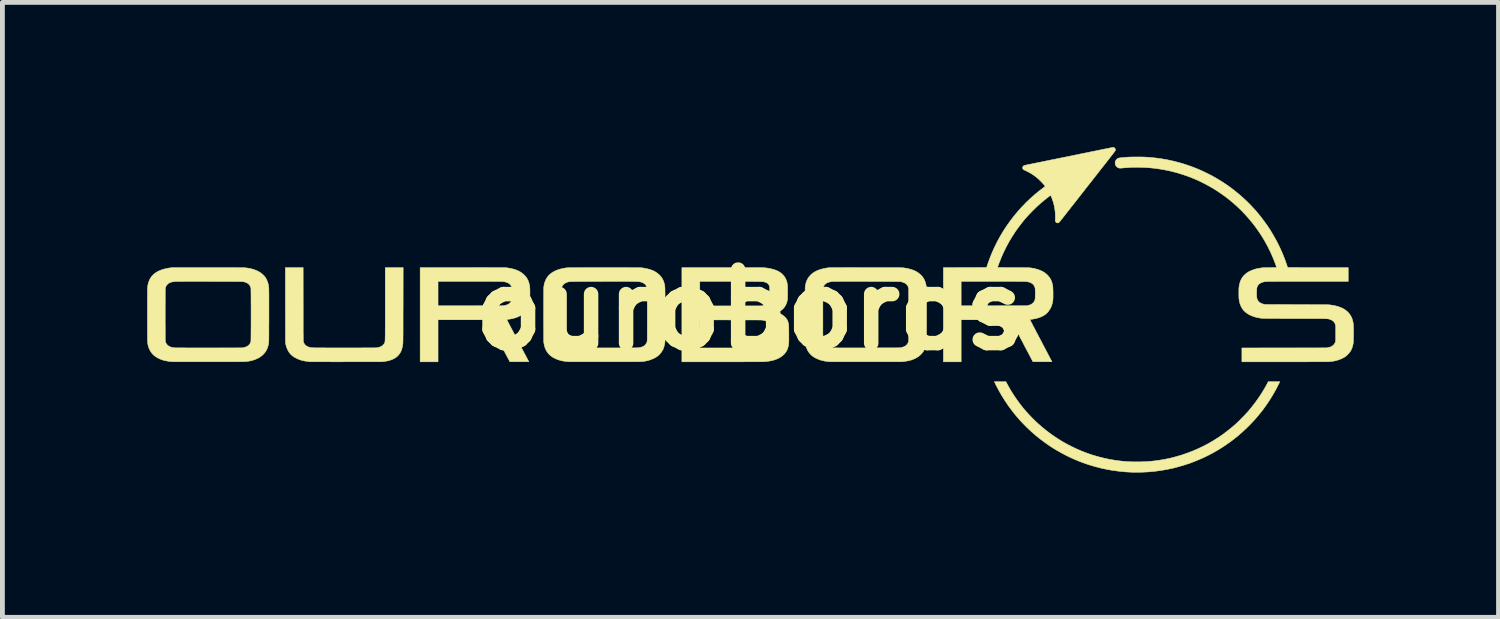
<source format=kicad_pcb>
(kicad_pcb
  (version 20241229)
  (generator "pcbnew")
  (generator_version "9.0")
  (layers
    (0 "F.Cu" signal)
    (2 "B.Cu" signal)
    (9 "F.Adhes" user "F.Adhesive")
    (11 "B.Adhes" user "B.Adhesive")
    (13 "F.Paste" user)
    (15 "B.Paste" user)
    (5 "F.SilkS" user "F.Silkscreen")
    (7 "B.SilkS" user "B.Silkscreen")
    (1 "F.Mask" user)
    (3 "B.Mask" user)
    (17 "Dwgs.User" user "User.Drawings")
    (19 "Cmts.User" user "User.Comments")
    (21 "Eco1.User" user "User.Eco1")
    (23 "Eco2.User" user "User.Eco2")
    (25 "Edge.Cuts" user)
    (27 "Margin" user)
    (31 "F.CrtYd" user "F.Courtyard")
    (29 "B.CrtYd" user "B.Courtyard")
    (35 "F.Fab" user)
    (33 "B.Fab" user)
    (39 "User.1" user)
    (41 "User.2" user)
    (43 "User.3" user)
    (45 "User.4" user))
  (footprint "ouroboros"
    (layer "F.Cu")
    (at 12.503 3.372)
    (property "Reference" "ouroboros" (at 0 0 0) (layer "F.SilkS") (effects (font (size 1.524 1.524) (thickness 0.3))))
    (attr through_hole)
    (fp_poly (pts (xy 5.305 1.506) (xy 5.331 1.554) (xy 5.356 1.599) (xy 5.379 1.64) (xy 5.403 1.68) (xy 5.427 1.719) (xy 5.453 1.759) (xy 5.474 1.792) (xy 5.532 1.875) (xy 5.59 1.954) (xy 5.65 2.031) (xy 5.713 2.105) (xy 5.779 2.177) (xy 5.849 2.25) (xy 5.853 2.254) (xy 5.942 2.34) (xy 6.035 2.422) (xy 6.13 2.5) (xy 6.228 2.574) (xy 6.329 2.644) (xy 6.433 2.71) (xy 6.538 2.771) (xy 6.647 2.828) (xy 6.757 2.881) (xy 6.869 2.929) (xy 6.984 2.973) (xy 7.099 3.012) (xy 7.217 3.046) (xy 7.336 3.076) (xy 7.456 3.101) (xy 7.578 3.121) (xy 7.7 3.136) (xy 7.736 3.139) (xy 7.766 3.142) (xy 7.792 3.144) (xy 7.816 3.146) (xy 7.839 3.147) (xy 7.862 3.148) (xy 7.886 3.149) (xy 7.912 3.15) (xy 7.94 3.15) (xy 7.972 3.151) (xy 8.097 3.15) (xy 8.221 3.145) (xy 8.345 3.134) (xy 8.467 3.118) (xy 8.589 3.098) (xy 8.71 3.072) (xy 8.829 3.041) (xy 8.948 3.006) (xy 9.065 2.965) (xy 9.152 2.932) (xy 9.266 2.884) (xy 9.377 2.831) (xy 9.486 2.775) (xy 9.591 2.714) (xy 9.695 2.648) (xy 9.796 2.579) (xy 9.895 2.504) (xy 9.992 2.426) (xy 10.054 2.372) (xy 10.078 2.35) (xy 10.105 2.324) (xy 10.134 2.296) (xy 10.164 2.266) (xy 10.194 2.235) (xy 10.225 2.204) (xy 10.255 2.172) (xy 10.283 2.141) (xy 10.31 2.112) (xy 10.334 2.085) (xy 10.337 2.081) (xy 10.397 2.008) (xy 10.456 1.932) (xy 10.513 1.853) (xy 10.568 1.773) (xy 10.62 1.691) (xy 10.668 1.61) (xy 10.713 1.529) (xy 10.721 1.512) (xy 10.733 1.488) (xy 10.853 1.488) (xy 10.877 1.488) (xy 10.899 1.488) (xy 10.919 1.489) (xy 10.937 1.489) (xy 10.952 1.489) (xy 10.963 1.49) (xy 10.969 1.49) (xy 10.972 1.49) (xy 10.971 1.493) (xy 10.968 1.5) (xy 10.963 1.51) (xy 10.957 1.522) (xy 10.95 1.537) (xy 10.945 1.546) (xy 10.887 1.659) (xy 10.824 1.769) (xy 10.757 1.877) (xy 10.686 1.982) (xy 10.612 2.084) (xy 10.533 2.182) (xy 10.512 2.207) (xy 10.441 2.289) (xy 10.365 2.369) (xy 10.286 2.448) (xy 10.205 2.524) (xy 10.123 2.596) (xy 10.122 2.597) (xy 10.041 2.663) (xy 9.956 2.728) (xy 9.867 2.791) (xy 9.777 2.851) (xy 9.697 2.901) (xy 9.585 2.965) (xy 9.472 3.024) (xy 9.356 3.079) (xy 9.238 3.129) (xy 9.119 3.175) (xy 8.998 3.215) (xy 8.876 3.251) (xy 8.753 3.283) (xy 8.628 3.309) (xy 8.502 3.33) (xy 8.376 3.347) (xy 8.249 3.359) (xy 8.121 3.365) (xy 7.993 3.367) (xy 7.892 3.365) (xy 7.764 3.358) (xy 7.637 3.345) (xy 7.51 3.328) (xy 7.385 3.306) (xy 7.261 3.279) (xy 7.138 3.247) (xy 7.016 3.211) (xy 6.896 3.17) (xy 6.778 3.124) (xy 6.662 3.074) (xy 6.547 3.019) (xy 6.435 2.959) (xy 6.324 2.896) (xy 6.216 2.828) (xy 6.111 2.755) (xy 6.008 2.678) (xy 5.908 2.598) (xy 5.881 2.574) (xy 5.827 2.527) (xy 5.773 2.477) (xy 5.718 2.424) (xy 5.665 2.37) (xy 5.613 2.316) (xy 5.574 2.273) (xy 5.494 2.18) (xy 5.417 2.082) (xy 5.343 1.982) (xy 5.273 1.878) (xy 5.207 1.772) (xy 5.157 1.685) (xy 5.149 1.67) (xy 5.14 1.653) (xy 5.13 1.634) (xy 5.119 1.614) (xy 5.109 1.594) (xy 5.098 1.573) (xy 5.088 1.554) (xy 5.079 1.536) (xy 5.072 1.521) (xy 5.066 1.509) (xy 5.062 1.5) (xy 5.061 1.498) (xy 5.057 1.488) (xy 5.295 1.488) (xy 5.305 1.506)) (stroke (width 0.01) (type solid)) (fill yes) (layer "F.SilkS"))
    (fp_poly (pts (xy -5.958 -0.876) (xy -5.071 -0.875) (xy -5.033 -0.869) (xy -5.004 -0.865) (xy -4.979 -0.861) (xy -4.957 -0.856) (xy -4.935 -0.851) (xy -4.913 -0.845) (xy -4.889 -0.838) (xy -4.884 -0.837) (xy -4.842 -0.822) (xy -4.804 -0.805) (xy -4.769 -0.786) (xy -4.735 -0.763) (xy -4.705 -0.739) (xy -4.675 -0.71) (xy -4.649 -0.68) (xy -4.627 -0.647) (xy -4.609 -0.611) (xy -4.594 -0.572) (xy -4.582 -0.529) (xy -4.58 -0.52) (xy -4.578 -0.505) (xy -4.575 -0.49) (xy -4.573 -0.476) (xy -4.572 -0.461) (xy -4.571 -0.444) (xy -4.57 -0.425) (xy -4.57 -0.404) (xy -4.569 -0.38) (xy -4.569 -0.352) (xy -4.57 -0.319) (xy -4.57 -0.315) (xy -4.57 -0.288) (xy -4.57 -0.265) (xy -4.571 -0.246) (xy -4.571 -0.231) (xy -4.571 -0.218) (xy -4.572 -0.207) (xy -4.573 -0.198) (xy -4.574 -0.19) (xy -4.575 -0.182) (xy -4.576 -0.174) (xy -4.576 -0.173) (xy -4.586 -0.129) (xy -4.599 -0.089) (xy -4.615 -0.05) (xy -4.634 -0.014) (xy -4.655 0.018) (xy -4.681 0.05) (xy -4.71 0.079) (xy -4.744 0.105) (xy -4.781 0.127) (xy -4.823 0.147) (xy -4.868 0.164) (xy -4.912 0.176) (xy -4.941 0.183) (xy -4.97 0.189) (xy -4.998 0.193) (xy -5.022 0.197) (xy -5.026 0.197) (xy -5.036 0.198) (xy -5.044 0.199) (xy -5.048 0.2) (xy -5.048 0.2) (xy -5.047 0.203) (xy -5.044 0.21) (xy -5.039 0.221) (xy -5.031 0.237) (xy -5.021 0.257) (xy -5.008 0.282) (xy -4.993 0.312) (xy -4.975 0.345) (xy -4.955 0.384) (xy -4.933 0.426) (xy -4.908 0.473) (xy -4.881 0.525) (xy -4.852 0.581) (xy -4.822 0.639) (xy -4.592 1.076) (xy -4.788 1.076) (xy -4.825 1.076) (xy -4.856 1.076) (xy -4.884 1.076) (xy -4.907 1.076) (xy -4.926 1.076) (xy -4.942 1.076) (xy -4.955 1.076) (xy -4.965 1.076) (xy -4.973 1.076) (xy -4.979 1.075) (xy -4.983 1.075) (xy -4.985 1.074) (xy -4.987 1.073) (xy -4.987 1.073) (xy -4.989 1.07) (xy -4.992 1.063) (xy -4.998 1.052) (xy -5.006 1.037) (xy -5.016 1.019) (xy -5.027 0.997) (xy -5.041 0.972) (xy -5.055 0.944) (xy -5.072 0.914) (xy -5.089 0.88) (xy -5.108 0.845) (xy -5.128 0.807) (xy -5.148 0.768) (xy -5.17 0.727) (xy -5.192 0.684) (xy -5.215 0.641) (xy -5.217 0.637) (xy -5.444 0.206) (xy -6.474 0.206) (xy -6.474 1.077) (xy -6.845 1.077) (xy -6.845 -0.084) (xy -6.474 -0.084) (xy -5.116 -0.085) (xy -5.092 -0.091) (xy -5.065 -0.098) (xy -5.041 -0.106) (xy -5.021 -0.115) (xy -5.003 -0.126) (xy -4.987 -0.14) (xy -4.985 -0.142) (xy -4.973 -0.154) (xy -4.964 -0.167) (xy -4.958 -0.178) (xy -4.953 -0.187) (xy -4.95 -0.196) (xy -4.946 -0.204) (xy -4.944 -0.213) (xy -4.942 -0.223) (xy -4.941 -0.235) (xy -4.94 -0.248) (xy -4.939 -0.265) (xy -4.939 -0.285) (xy -4.939 -0.308) (xy -4.939 -0.337) (xy -4.939 -0.337) (xy -4.939 -0.362) (xy -4.939 -0.384) (xy -4.939 -0.401) (xy -4.939 -0.415) (xy -4.939 -0.426) (xy -4.94 -0.435) (xy -4.941 -0.442) (xy -4.942 -0.448) (xy -4.943 -0.454) (xy -4.943 -0.455) (xy -4.952 -0.482) (xy -4.964 -0.506) (xy -4.98 -0.526) (xy -5.001 -0.544) (xy -5.025 -0.559) (xy -5.053 -0.57) (xy -5.085 -0.579) (xy -5.122 -0.585) (xy -5.137 -0.587) (xy -5.143 -0.587) (xy -5.154 -0.587) (xy -5.171 -0.587) (xy -5.192 -0.588) (xy -5.219 -0.588) (xy -5.251 -0.588) (xy -5.287 -0.588) (xy -5.329 -0.589) (xy -5.375 -0.589) (xy -5.427 -0.589) (xy -5.483 -0.589) (xy -5.544 -0.589) (xy -5.611 -0.589) (xy -5.682 -0.589) (xy -5.758 -0.589) (xy -5.82 -0.589) (xy -6.474 -0.589) (xy -6.474 -0.084) (xy -6.845 -0.084) (xy -6.845 -0.876) (xy -5.958 -0.876)) (stroke (width 0.01) (type solid)) (fill yes) (layer "F.SilkS"))
    (fp_poly (pts (xy -9.269 -0.115) (xy -9.269 -0.041) (xy -9.269 0.028) (xy -9.269 0.092) (xy -9.269 0.152) (xy -9.269 0.207) (xy -9.269 0.258) (xy -9.269 0.305) (xy -9.269 0.348) (xy -9.269 0.387) (xy -9.269 0.423) (xy -9.269 0.456) (xy -9.269 0.485) (xy -9.268 0.511) (xy -9.268 0.535) (xy -9.268 0.555) (xy -9.268 0.574) (xy -9.268 0.59) (xy -9.268 0.604) (xy -9.267 0.615) (xy -9.267 0.625) (xy -9.267 0.634) (xy -9.267 0.641) (xy -9.266 0.646) (xy -9.266 0.651) (xy -9.266 0.654) (xy -9.265 0.657) (xy -9.265 0.659) (xy -9.264 0.661) (xy -9.264 0.662) (xy -9.257 0.683) (xy -9.247 0.702) (xy -9.234 0.719) (xy -9.225 0.729) (xy -9.205 0.746) (xy -9.183 0.759) (xy -9.158 0.769) (xy -9.138 0.776) (xy -9.133 0.777) (xy -9.128 0.778) (xy -9.124 0.779) (xy -9.119 0.78) (xy -9.115 0.781) (xy -9.11 0.782) (xy -9.104 0.783) (xy -9.098 0.784) (xy -9.09 0.785) (xy -9.081 0.785) (xy -9.071 0.786) (xy -9.06 0.786) (xy -9.047 0.787) (xy -9.031 0.787) (xy -9.014 0.787) (xy -8.994 0.788) (xy -8.972 0.788) (xy -8.947 0.788) (xy -8.919 0.788) (xy -8.888 0.788) (xy -8.854 0.788) (xy -8.816 0.788) (xy -8.775 0.789) (xy -8.73 0.789) (xy -8.68 0.789) (xy -8.627 0.789) (xy -8.569 0.789) (xy -8.506 0.789) (xy -8.439 0.789) (xy -8.417 0.789) (xy -8.349 0.789) (xy -8.285 0.789) (xy -8.227 0.789) (xy -8.173 0.789) (xy -8.123 0.789) (xy -8.078 0.789) (xy -8.036 0.788) (xy -7.998 0.788) (xy -7.964 0.788) (xy -7.933 0.788) (xy -7.905 0.788) (xy -7.88 0.788) (xy -7.858 0.788) (xy -7.839 0.788) (xy -7.822 0.788) (xy -7.807 0.787) (xy -7.794 0.787) (xy -7.783 0.787) (xy -7.774 0.787) (xy -7.766 0.786) (xy -7.759 0.786) (xy -7.754 0.786) (xy -7.749 0.785) (xy -7.745 0.785) (xy -7.742 0.785) (xy -7.739 0.784) (xy -7.737 0.784) (xy -7.707 0.778) (xy -7.681 0.77) (xy -7.659 0.761) (xy -7.639 0.75) (xy -7.621 0.736) (xy -7.614 0.729) (xy -7.602 0.717) (xy -7.594 0.706) (xy -7.587 0.694) (xy -7.586 0.691) (xy -7.584 0.688) (xy -7.582 0.685) (xy -7.581 0.682) (xy -7.58 0.679) (xy -7.578 0.677) (xy -7.577 0.674) (xy -7.576 0.67) (xy -7.575 0.666) (xy -7.574 0.661) (xy -7.574 0.655) (xy -7.573 0.648) (xy -7.572 0.64) (xy -7.572 0.63) (xy -7.571 0.619) (xy -7.571 0.605) (xy -7.57 0.59) (xy -7.57 0.572) (xy -7.57 0.552) (xy -7.569 0.53) (xy -7.569 0.505) (xy -7.569 0.476) (xy -7.569 0.445) (xy -7.569 0.411) (xy -7.569 0.373) (xy -7.568 0.332) (xy -7.568 0.287) (xy -7.568 0.238) (xy -7.568 0.184) (xy -7.568 0.127) (xy -7.568 0.065) (xy -7.568 -0.001) (xy -7.568 -0.073) (xy -7.568 -0.122) (xy -7.568 -0.876) (xy -7.197 -0.876) (xy -7.198 -0.102) (xy -7.198 -0.027) (xy -7.199 0.042) (xy -7.199 0.108) (xy -7.199 0.168) (xy -7.199 0.224) (xy -7.199 0.276) (xy -7.199 0.324) (xy -7.199 0.368) (xy -7.199 0.409) (xy -7.199 0.446) (xy -7.199 0.479) (xy -7.199 0.509) (xy -7.2 0.537) (xy -7.2 0.561) (xy -7.2 0.583) (xy -7.2 0.603) (xy -7.2 0.62) (xy -7.201 0.635) (xy -7.201 0.648) (xy -7.201 0.659) (xy -7.201 0.668) (xy -7.202 0.677) (xy -7.202 0.684) (xy -7.202 0.689) (xy -7.202 0.694) (xy -7.203 0.698) (xy -7.203 0.702) (xy -7.203 0.704) (xy -7.207 0.729) (xy -7.212 0.755) (xy -7.217 0.781) (xy -7.223 0.804) (xy -7.227 0.819) (xy -7.239 0.853) (xy -7.257 0.887) (xy -7.278 0.918) (xy -7.302 0.947) (xy -7.33 0.973) (xy -7.349 0.987) (xy -7.382 1.008) (xy -7.418 1.026) (xy -7.456 1.04) (xy -7.497 1.053) (xy -7.541 1.062) (xy -7.59 1.07) (xy -7.634 1.074) (xy -7.639 1.074) (xy -7.649 1.075) (xy -7.663 1.075) (xy -7.681 1.075) (xy -7.704 1.075) (xy -7.73 1.075) (xy -7.76 1.075) (xy -7.794 1.075) (xy -7.83 1.076) (xy -7.869 1.076) (xy -7.911 1.076) (xy -7.955 1.076) (xy -8.001 1.076) (xy -8.049 1.076) (xy -8.099 1.076) (xy -8.15 1.076) (xy -8.202 1.076) (xy -8.255 1.076) (xy -8.308 1.076) (xy -8.362 1.076) (xy -8.415 1.076) (xy -8.469 1.077) (xy -8.522 1.077) (xy -8.575 1.077) (xy -8.626 1.077) (xy -8.676 1.077) (xy -8.725 1.076) (xy -8.772 1.076) (xy -8.818 1.076) (xy -8.861 1.076) (xy -8.901 1.076) (xy -8.939 1.076) (xy -8.974 1.076) (xy -9.006 1.076) (xy -9.034 1.076) (xy -9.059 1.076) (xy -9.08 1.076) (xy -9.096 1.076) (xy -9.108 1.075) (xy -9.116 1.075) (xy -9.118 1.075) (xy -9.137 1.074) (xy -9.159 1.071) (xy -9.183 1.068) (xy -9.205 1.065) (xy -9.226 1.062) (xy -9.24 1.06) (xy -9.286 1.05) (xy -9.331 1.037) (xy -9.374 1.021) (xy -9.414 1.002) (xy -9.451 0.982) (xy -9.485 0.959) (xy -9.514 0.934) (xy -9.537 0.911) (xy -9.563 0.877) (xy -9.585 0.841) (xy -9.603 0.803) (xy -9.618 0.761) (xy -9.63 0.715) (xy -9.631 0.707) (xy -9.637 0.679) (xy -9.638 -0.098) (xy -9.638 -0.876) (xy -9.27 -0.876) (xy -9.269 -0.115)) (stroke (width 0.01) (type solid)) (fill yes) (layer "F.SilkS"))
    (fp_poly (pts (xy -0.5 -0.876) (xy -0.418 -0.876) (xy -0.34 -0.876) (xy -0.266 -0.876) (xy -0.197 -0.876) (xy -0.132 -0.876) (xy -0.072 -0.876) (xy -0.016 -0.876) (xy 0.034 -0.876) (xy 0.081 -0.875) (xy 0.122 -0.875) (xy 0.159 -0.875) (xy 0.191 -0.875) (xy 0.218 -0.875) (xy 0.24 -0.874) (xy 0.258 -0.874) (xy 0.27 -0.874) (xy 0.277 -0.874) (xy 0.278 -0.874) (xy 0.336 -0.868) (xy 0.39 -0.859) (xy 0.441 -0.848) (xy 0.489 -0.835) (xy 0.532 -0.82) (xy 0.572 -0.802) (xy 0.607 -0.782) (xy 0.625 -0.769) (xy 0.658 -0.742) (xy 0.686 -0.714) (xy 0.709 -0.683) (xy 0.729 -0.65) (xy 0.745 -0.613) (xy 0.748 -0.604) (xy 0.753 -0.588) (xy 0.757 -0.573) (xy 0.761 -0.558) (xy 0.764 -0.543) (xy 0.766 -0.526) (xy 0.768 -0.508) (xy 0.77 -0.489) (xy 0.771 -0.466) (xy 0.771 -0.441) (xy 0.772 -0.412) (xy 0.772 -0.38) (xy 0.771 -0.344) (xy 0.771 -0.315) (xy 0.771 -0.29) (xy 0.77 -0.27) (xy 0.77 -0.253) (xy 0.77 -0.239) (xy 0.769 -0.228) (xy 0.768 -0.218) (xy 0.767 -0.211) (xy 0.766 -0.204) (xy 0.766 -0.201) (xy 0.756 -0.159) (xy 0.742 -0.121) (xy 0.725 -0.086) (xy 0.704 -0.054) (xy 0.679 -0.025) (xy 0.674 -0.02) (xy 0.65 0.001) (xy 0.626 0.017) (xy 0.601 0.031) (xy 0.573 0.041) (xy 0.564 0.044) (xy 0.543 0.05) (xy 0.57 0.059) (xy 0.61 0.075) (xy 0.647 0.095) (xy 0.68 0.118) (xy 0.712 0.145) (xy 0.713 0.146) (xy 0.732 0.166) (xy 0.748 0.186) (xy 0.762 0.206) (xy 0.772 0.229) (xy 0.781 0.254) (xy 0.788 0.283) (xy 0.791 0.297) (xy 0.792 0.302) (xy 0.793 0.308) (xy 0.794 0.315) (xy 0.794 0.324) (xy 0.795 0.335) (xy 0.795 0.349) (xy 0.795 0.365) (xy 0.796 0.385) (xy 0.796 0.408) (xy 0.796 0.436) (xy 0.797 0.468) (xy 0.797 0.484) (xy 0.797 0.523) (xy 0.797 0.558) (xy 0.797 0.588) (xy 0.797 0.615) (xy 0.797 0.638) (xy 0.796 0.659) (xy 0.795 0.676) (xy 0.794 0.692) (xy 0.793 0.705) (xy 0.792 0.717) (xy 0.79 0.729) (xy 0.788 0.739) (xy 0.787 0.744) (xy 0.777 0.786) (xy 0.763 0.824) (xy 0.745 0.859) (xy 0.723 0.891) (xy 0.698 0.921) (xy 0.671 0.946) (xy 0.638 0.97) (xy 0.603 0.993) (xy 0.565 1.012) (xy 0.524 1.029) (xy 0.48 1.043) (xy 0.433 1.054) (xy 0.381 1.064) (xy 0.326 1.071) (xy 0.284 1.074) (xy 0.278 1.075) (xy 0.268 1.075) (xy 0.252 1.075) (xy 0.231 1.075) (xy 0.205 1.075) (xy 0.175 1.076) (xy 0.141 1.076) (xy 0.101 1.076) (xy 0.058 1.076) (xy 0.01 1.076) (xy -0.042 1.076) (xy -0.098 1.076) (xy -0.159 1.077) (xy -0.223 1.077) (xy -0.291 1.077) (xy -0.363 1.077) (xy -0.439 1.077) (xy -0.519 1.077) (xy -0.585 1.077) (xy -1.42 1.077) (xy -1.42 0.79) (xy -1.049 0.79) (xy -0.436 0.79) (xy -0.366 0.79) (xy -0.3 0.79) (xy -0.237 0.79) (xy -0.178 0.79) (xy -0.122 0.79) (xy -0.07 0.789) (xy -0.022 0.789) (xy 0.021 0.789) (xy 0.061 0.789) (xy 0.096 0.789) (xy 0.127 0.789) (xy 0.153 0.788) (xy 0.175 0.788) (xy 0.192 0.788) (xy 0.204 0.788) (xy 0.211 0.787) (xy 0.212 0.787) (xy 0.243 0.784) (xy 0.271 0.78) (xy 0.296 0.773) (xy 0.317 0.766) (xy 0.343 0.755) (xy 0.365 0.742) (xy 0.383 0.726) (xy 0.397 0.708) (xy 0.409 0.687) (xy 0.418 0.661) (xy 0.42 0.657) (xy 0.421 0.652) (xy 0.422 0.648) (xy 0.423 0.643) (xy 0.423 0.637) (xy 0.424 0.63) (xy 0.424 0.622) (xy 0.425 0.611) (xy 0.425 0.598) (xy 0.425 0.581) (xy 0.426 0.561) (xy 0.426 0.537) (xy 0.426 0.509) (xy 0.426 0.495) (xy 0.426 0.464) (xy 0.426 0.437) (xy 0.426 0.414) (xy 0.426 0.395) (xy 0.426 0.38) (xy 0.426 0.367) (xy 0.425 0.357) (xy 0.425 0.349) (xy 0.424 0.343) (xy 0.424 0.338) (xy 0.423 0.336) (xy 0.416 0.313) (xy 0.406 0.293) (xy 0.393 0.275) (xy 0.375 0.259) (xy 0.353 0.245) (xy 0.327 0.233) (xy 0.297 0.223) (xy 0.262 0.215) (xy 0.259 0.214) (xy 0.257 0.214) (xy 0.254 0.213) (xy 0.25 0.213) (xy 0.246 0.213) (xy 0.24 0.212) (xy 0.233 0.212) (xy 0.225 0.212) (xy 0.216 0.211) (xy 0.204 0.211) (xy 0.191 0.211) (xy 0.175 0.211) (xy 0.157 0.21) (xy 0.137 0.21) (xy 0.114 0.21) (xy 0.088 0.21) (xy 0.059 0.21) (xy 0.026 0.21) (xy -0.01 0.21) (xy -0.049 0.21) (xy -0.093 0.209) (xy -0.14 0.209) (xy -0.192 0.209) (xy -0.248 0.209) (xy -0.309 0.209) (xy -0.374 0.209) (xy -0.406 0.209) (xy -1.049 0.208) (xy -1.049 0.79) (xy -1.42 0.79) (xy -1.42 -0.081) (xy -1.049 -0.081) (xy -0.412 -0.081) (xy -0.343 -0.081) (xy -0.28 -0.081) (xy -0.22 -0.081) (xy -0.166 -0.081) (xy -0.116 -0.081) (xy -0.07 -0.082) (xy -0.027 -0.082) (xy 0.011 -0.082) (xy 0.046 -0.082) (xy 0.077 -0.082) (xy 0.105 -0.082) (xy 0.13 -0.082) (xy 0.152 -0.082) (xy 0.171 -0.082) (xy 0.188 -0.083) (xy 0.202 -0.083) (xy 0.214 -0.083) (xy 0.225 -0.083) (xy 0.233 -0.084) (xy 0.24 -0.084) (xy 0.246 -0.084) (xy 0.25 -0.085) (xy 0.252 -0.085) (xy 0.284 -0.09) (xy 0.311 -0.098) (xy 0.335 -0.107) (xy 0.354 -0.118) (xy 0.37 -0.133) (xy 0.382 -0.149) (xy 0.391 -0.169) (xy 0.398 -0.189) (xy 0.398 -0.194) (xy 0.399 -0.199) (xy 0.4 -0.206) (xy 0.4 -0.214) (xy 0.401 -0.225) (xy 0.401 -0.238) (xy 0.401 -0.254) (xy 0.401 -0.274) (xy 0.401 -0.298) (xy 0.401 -0.327) (xy 0.401 -0.343) (xy 0.401 -0.372) (xy 0.4 -0.397) (xy 0.4 -0.418) (xy 0.4 -0.436) (xy 0.4 -0.45) (xy 0.399 -0.461) (xy 0.399 -0.469) (xy 0.398 -0.476) (xy 0.398 -0.481) (xy 0.397 -0.485) (xy 0.396 -0.489) (xy 0.395 -0.492) (xy 0.394 -0.494) (xy 0.384 -0.516) (xy 0.371 -0.534) (xy 0.355 -0.55) (xy 0.336 -0.562) (xy 0.313 -0.571) (xy 0.299 -0.575) (xy 0.295 -0.576) (xy 0.29 -0.578) (xy 0.286 -0.579) (xy 0.281 -0.58) (xy 0.277 -0.581) (xy 0.272 -0.582) (xy 0.266 -0.582) (xy 0.259 -0.583) (xy 0.252 -0.584) (xy 0.243 -0.584) (xy 0.233 -0.585) (xy 0.221 -0.585) (xy 0.208 -0.586) (xy 0.192 -0.586) (xy 0.175 -0.587) (xy 0.155 -0.587) (xy 0.132 -0.587) (xy 0.107 -0.587) (xy 0.079 -0.587) (xy 0.047 -0.588) (xy 0.012 -0.588) (xy -0.026 -0.588) (xy -0.068 -0.588) (xy -0.114 -0.588) (xy -0.164 -0.588) (xy -0.218 -0.588) (xy -0.277 -0.588) (xy -0.341 -0.588) (xy -0.407 -0.589) (xy -1.049 -0.589) (xy -1.049 -0.081) (xy -1.42 -0.081) (xy -1.42 -0.876) (xy -0.587 -0.876) (xy -0.5 -0.876)) (stroke (width 0.01) (type solid)) (fill yes) (layer "F.SilkS"))
    (fp_poly (pts (xy 2.832 -0.876) (xy 2.872 -0.876) (xy 2.908 -0.876) (xy 2.942 -0.876) (xy 2.972 -0.876) (xy 2.999 -0.875) (xy 3.024 -0.875) (xy 3.046 -0.875) (xy 3.066 -0.875) (xy 3.084 -0.875) (xy 3.1 -0.874) (xy 3.114 -0.874) (xy 3.126 -0.873) (xy 3.137 -0.873) (xy 3.147 -0.872) (xy 3.156 -0.872) (xy 3.164 -0.871) (xy 3.171 -0.871) (xy 3.178 -0.87) (xy 3.185 -0.869) (xy 3.191 -0.868) (xy 3.198 -0.867) (xy 3.2 -0.867) (xy 3.25 -0.859) (xy 3.298 -0.847) (xy 3.344 -0.834) (xy 3.387 -0.818) (xy 3.426 -0.8) (xy 3.461 -0.78) (xy 3.478 -0.768) (xy 3.496 -0.755) (xy 3.514 -0.739) (xy 3.533 -0.722) (xy 3.55 -0.704) (xy 3.565 -0.688) (xy 3.572 -0.679) (xy 3.593 -0.647) (xy 3.611 -0.611) (xy 3.626 -0.572) (xy 3.638 -0.528) (xy 3.646 -0.48) (xy 3.648 -0.472) (xy 3.648 -0.467) (xy 3.648 -0.457) (xy 3.649 -0.442) (xy 3.649 -0.423) (xy 3.649 -0.4) (xy 3.65 -0.373) (xy 3.65 -0.343) (xy 3.65 -0.31) (xy 3.65 -0.275) (xy 3.651 -0.237) (xy 3.651 -0.196) (xy 3.651 -0.154) (xy 3.651 -0.11) (xy 3.651 -0.065) (xy 3.651 -0.019) (xy 3.651 0.028) (xy 3.651 0.075) (xy 3.651 0.123) (xy 3.651 0.17) (xy 3.651 0.217) (xy 3.651 0.263) (xy 3.651 0.308) (xy 3.651 0.352) (xy 3.651 0.395) (xy 3.651 0.435) (xy 3.65 0.473) (xy 3.65 0.509) (xy 3.65 0.542) (xy 3.65 0.572) (xy 3.649 0.599) (xy 3.649 0.622) (xy 3.649 0.641) (xy 3.648 0.656) (xy 3.648 0.666) (xy 3.648 0.672) (xy 3.64 0.72) (xy 3.628 0.764) (xy 3.614 0.805) (xy 3.596 0.842) (xy 3.575 0.876) (xy 3.574 0.877) (xy 3.563 0.891) (xy 3.549 0.907) (xy 3.533 0.924) (xy 3.516 0.94) (xy 3.5 0.954) (xy 3.486 0.965) (xy 3.486 0.965) (xy 3.45 0.989) (xy 3.411 1.009) (xy 3.371 1.027) (xy 3.327 1.042) (xy 3.281 1.054) (xy 3.23 1.063) (xy 3.176 1.071) (xy 3.138 1.074) (xy 3.133 1.074) (xy 3.124 1.075) (xy 3.11 1.075) (xy 3.091 1.075) (xy 3.069 1.075) (xy 3.043 1.075) (xy 3.013 1.075) (xy 2.979 1.075) (xy 2.943 1.076) (xy 2.904 1.076) (xy 2.862 1.076) (xy 2.818 1.076) (xy 2.772 1.076) (xy 2.724 1.076) (xy 2.675 1.076) (xy 2.624 1.076) (xy 2.572 1.076) (xy 2.519 1.076) (xy 2.466 1.076) (xy 2.412 1.076) (xy 2.358 1.076) (xy 2.305 1.076) (xy 2.251 1.076) (xy 2.199 1.076) (xy 2.147 1.076) (xy 2.097 1.076) (xy 2.048 1.076) (xy 2.001 1.076) (xy 1.956 1.076) (xy 1.912 1.076) (xy 1.872 1.076) (xy 1.834 1.076) (xy 1.798 1.076) (xy 1.766 1.076) (xy 1.738 1.076) (xy 1.713 1.076) (xy 1.692 1.076) (xy 1.675 1.075) (xy 1.663 1.075) (xy 1.655 1.075) (xy 1.653 1.075) (xy 1.615 1.072) (xy 1.576 1.067) (xy 1.537 1.061) (xy 1.5 1.053) (xy 1.465 1.044) (xy 1.435 1.035) (xy 1.39 1.017) (xy 1.348 0.998) (xy 1.312 0.976) (xy 1.279 0.952) (xy 1.256 0.932) (xy 1.227 0.9) (xy 1.201 0.866) (xy 1.18 0.828) (xy 1.162 0.787) (xy 1.149 0.743) (xy 1.139 0.695) (xy 1.135 0.667) (xy 1.135 0.662) (xy 1.135 0.652) (xy 1.135 0.637) (xy 1.134 0.618) (xy 1.134 0.595) (xy 1.134 0.569) (xy 1.134 0.539) (xy 1.133 0.506) (xy 1.133 0.471) (xy 1.133 0.433) (xy 1.133 0.392) (xy 1.133 0.35) (xy 1.133 0.322) (xy 1.502 0.322) (xy 1.502 0.367) (xy 1.502 0.407) (xy 1.502 0.444) (xy 1.502 0.476) (xy 1.503 0.506) (xy 1.503 0.532) (xy 1.503 0.555) (xy 1.503 0.576) (xy 1.504 0.594) (xy 1.504 0.609) (xy 1.504 0.623) (xy 1.505 0.634) (xy 1.506 0.644) (xy 1.506 0.652) (xy 1.507 0.658) (xy 1.508 0.664) (xy 1.509 0.669) (xy 1.51 0.673) (xy 1.512 0.676) (xy 1.513 0.679) (xy 1.515 0.682) (xy 1.516 0.686) (xy 1.518 0.689) (xy 1.52 0.692) (xy 1.534 0.715) (xy 1.552 0.734) (xy 1.573 0.75) (xy 1.599 0.764) (xy 1.629 0.775) (xy 1.663 0.782) (xy 1.701 0.787) (xy 1.718 0.788) (xy 1.722 0.788) (xy 1.731 0.788) (xy 1.745 0.788) (xy 1.763 0.788) (xy 1.785 0.788) (xy 1.811 0.788) (xy 1.841 0.789) (xy 1.875 0.789) (xy 1.912 0.789) (xy 1.952 0.789) (xy 1.995 0.789) (xy 2.04 0.789) (xy 2.089 0.789) (xy 2.139 0.789) (xy 2.192 0.789) (xy 2.246 0.789) (xy 2.302 0.789) (xy 2.359 0.789) (xy 2.413 0.789) (xy 2.483 0.789) (xy 2.547 0.788) (xy 2.608 0.788) (xy 2.663 0.788) (xy 2.715 0.788) (xy 2.762 0.788) (xy 2.805 0.788) (xy 2.844 0.788) (xy 2.88 0.788) (xy 2.913 0.788) (xy 2.942 0.788) (xy 2.968 0.788) (xy 2.991 0.788) (xy 3.011 0.787) (xy 3.029 0.787) (xy 3.045 0.787) (xy 3.058 0.787) (xy 3.07 0.787) (xy 3.08 0.786) (xy 3.088 0.786) (xy 3.095 0.786) (xy 3.1 0.785) (xy 3.105 0.785) (xy 3.108 0.785) (xy 3.111 0.784) (xy 3.112 0.784) (xy 3.147 0.776) (xy 3.177 0.766) (xy 3.204 0.754) (xy 3.226 0.739) (xy 3.244 0.722) (xy 3.259 0.701) (xy 3.27 0.678) (xy 3.273 0.669) (xy 3.28 0.649) (xy 3.28 -0.448) (xy 3.273 -0.469) (xy 3.263 -0.493) (xy 3.25 -0.514) (xy 3.233 -0.532) (xy 3.213 -0.548) (xy 3.189 -0.561) (xy 3.161 -0.572) (xy 3.129 -0.581) (xy 3.115 -0.584) (xy 3.113 -0.584) (xy 3.109 -0.584) (xy 3.105 -0.585) (xy 3.1 -0.585) (xy 3.093 -0.585) (xy 3.085 -0.586) (xy 3.076 -0.586) (xy 3.064 -0.586) (xy 3.051 -0.586) (xy 3.035 -0.587) (xy 3.017 -0.587) (xy 2.997 -0.587) (xy 2.973 -0.587) (xy 2.947 -0.587) (xy 2.918 -0.587) (xy 2.885 -0.588) (xy 2.849 -0.588) (xy 2.809 -0.588) (xy 2.766 -0.588) (xy 2.719 -0.588) (xy 2.667 -0.588) (xy 2.611 -0.588) (xy 2.55 -0.588) (xy 2.485 -0.588) (xy 2.415 -0.589) (xy 2.338 -0.589) (xy 2.265 -0.589) (xy 2.198 -0.589) (xy 2.135 -0.589) (xy 2.077 -0.589) (xy 2.023 -0.589) (xy 1.974 -0.589) (xy 1.929 -0.589) (xy 1.889 -0.589) (xy 1.853 -0.589) (xy 1.821 -0.588) (xy 1.793 -0.588) (xy 1.769 -0.588) (xy 1.748 -0.588) (xy 1.732 -0.588) (xy 1.719 -0.587) (xy 1.709 -0.587) (xy 1.703 -0.587) (xy 1.703 -0.587) (xy 1.665 -0.582) (xy 1.631 -0.575) (xy 1.601 -0.565) (xy 1.576 -0.552) (xy 1.554 -0.536) (xy 1.536 -0.518) (xy 1.522 -0.496) (xy 1.52 -0.492) (xy 1.518 -0.489) (xy 1.516 -0.485) (xy 1.514 -0.482) (xy 1.513 -0.479) (xy 1.511 -0.476) (xy 1.51 -0.472) (xy 1.509 -0.468) (xy 1.508 -0.464) (xy 1.507 -0.458) (xy 1.506 -0.451) (xy 1.506 -0.442) (xy 1.505 -0.432) (xy 1.504 -0.42) (xy 1.504 -0.406) (xy 1.503 -0.39) (xy 1.503 -0.372) (xy 1.503 -0.351) (xy 1.503 -0.327) (xy 1.503 -0.3) (xy 1.502 -0.269) (xy 1.502 -0.235) (xy 1.502 -0.198) (xy 1.502 -0.156) (xy 1.502 -0.111) (xy 1.502 -0.061) (xy 1.502 -0.007) (xy 1.502 0.052) (xy 1.502 0.1) (xy 1.502 0.163) (xy 1.502 0.221) (xy 1.502 0.274) (xy 1.502 0.322) (xy 1.133 0.322) (xy 1.133 0.307) (xy 1.133 0.262) (xy 1.133 0.216) (xy 1.133 0.169) (xy 1.133 0.122) (xy 1.133 0.075) (xy 1.133 0.027) (xy 1.133 -0.019) (xy 1.133 -0.065) (xy 1.133 -0.11) (xy 1.133 -0.154) (xy 1.133 -0.196) (xy 1.133 -0.236) (xy 1.133 -0.274) (xy 1.133 -0.309) (xy 1.134 -0.342) (xy 1.134 -0.371) (xy 1.134 -0.397) (xy 1.134 -0.42) (xy 1.135 -0.439) (xy 1.135 -0.453) (xy 1.135 -0.463) (xy 1.135 -0.468) (xy 1.142 -0.516) (xy 1.153 -0.561) (xy 1.168 -0.603) (xy 1.187 -0.642) (xy 1.21 -0.678) (xy 1.237 -0.711) (xy 1.267 -0.741) (xy 1.27 -0.743) (xy 1.302 -0.767) (xy 1.335 -0.788) (xy 1.371 -0.807) (xy 1.411 -0.824) (xy 1.454 -0.839) (xy 1.5 -0.851) (xy 1.551 -0.862) (xy 1.596 -0.869) (xy 1.634 -0.875) (xy 2.367 -0.876) (xy 2.441 -0.876) (xy 2.51 -0.876) (xy 2.574 -0.876) (xy 2.634 -0.876) (xy 2.69 -0.876) (xy 2.741 -0.876) (xy 2.788 -0.876) (xy 2.832 -0.876)) (stroke (width 0.01) (type solid)) (fill yes) (layer "F.SilkS"))
    (fp_poly (pts (xy -11.168 -0.875) (xy -11.099 -0.875) (xy -11.035 -0.875) (xy -10.976 -0.875) (xy -10.921 -0.875) (xy -10.871 -0.875) (xy -10.824 -0.875) (xy -10.781 -0.875) (xy -10.742 -0.875) (xy -10.706 -0.875) (xy -10.674 -0.875) (xy -10.645 -0.875) (xy -10.618 -0.874) (xy -10.595 -0.874) (xy -10.574 -0.874) (xy -10.555 -0.874) (xy -10.539 -0.874) (xy -10.524 -0.874) (xy -10.512 -0.873) (xy -10.501 -0.873) (xy -10.492 -0.873) (xy -10.484 -0.873) (xy -10.477 -0.872) (xy -10.471 -0.872) (xy -10.466 -0.872) (xy -10.462 -0.871) (xy -10.457 -0.871) (xy -10.454 -0.87) (xy -10.454 -0.87) (xy -10.399 -0.862) (xy -10.349 -0.852) (xy -10.301 -0.839) (xy -10.257 -0.823) (xy -10.215 -0.805) (xy -10.207 -0.801) (xy -10.168 -0.779) (xy -10.132 -0.753) (xy -10.099 -0.725) (xy -10.07 -0.694) (xy -10.049 -0.666) (xy -10.033 -0.638) (xy -10.018 -0.606) (xy -10.005 -0.572) (xy -9.994 -0.537) (xy -9.988 -0.505) (xy -9.987 -0.499) (xy -9.986 -0.493) (xy -9.985 -0.486) (xy -9.984 -0.479) (xy -9.983 -0.471) (xy -9.983 -0.462) (xy -9.982 -0.453) (xy -9.981 -0.442) (xy -9.981 -0.429) (xy -9.981 -0.415) (xy -9.98 -0.398) (xy -9.98 -0.38) (xy -9.98 -0.359) (xy -9.979 -0.335) (xy -9.979 -0.309) (xy -9.979 -0.28) (xy -9.979 -0.247) (xy -9.979 -0.211) (xy -9.979 -0.172) (xy -9.979 -0.128) (xy -9.979 -0.08) (xy -9.979 -0.028) (xy -9.979 0.028) (xy -9.979 0.089) (xy -9.979 0.126) (xy -9.979 0.188) (xy -9.979 0.245) (xy -9.98 0.297) (xy -9.98 0.345) (xy -9.98 0.388) (xy -9.98 0.428) (xy -9.98 0.464) (xy -9.98 0.496) (xy -9.98 0.525) (xy -9.98 0.55) (xy -9.981 0.573) (xy -9.981 0.593) (xy -9.981 0.61) (xy -9.981 0.625) (xy -9.982 0.638) (xy -9.982 0.649) (xy -9.982 0.658) (xy -9.982 0.666) (xy -9.983 0.672) (xy -9.983 0.677) (xy -9.984 0.682) (xy -9.984 0.685) (xy -9.984 0.688) (xy -9.993 0.732) (xy -10.004 0.772) (xy -10.018 0.808) (xy -10.034 0.842) (xy -10.054 0.873) (xy -10.077 0.902) (xy -10.098 0.925) (xy -10.131 0.954) (xy -10.167 0.98) (xy -10.207 1.003) (xy -10.251 1.023) (xy -10.298 1.04) (xy -10.348 1.054) (xy -10.387 1.062) (xy -10.395 1.063) (xy -10.402 1.064) (xy -10.408 1.065) (xy -10.415 1.066) (xy -10.421 1.067) (xy -10.427 1.068) (xy -10.433 1.069) (xy -10.44 1.07) (xy -10.448 1.071) (xy -10.457 1.071) (xy -10.466 1.072) (xy -10.477 1.072) (xy -10.489 1.073) (xy -10.503 1.073) (xy -10.518 1.074) (xy -10.536 1.074) (xy -10.555 1.074) (xy -10.577 1.074) (xy -10.601 1.075) (xy -10.629 1.075) (xy -10.659 1.075) (xy -10.692 1.075) (xy -10.728 1.075) (xy -10.768 1.075) (xy -10.811 1.075) (xy -10.858 1.075) (xy -10.909 1.075) (xy -10.964 1.076) (xy -11.024 1.076) (xy -11.088 1.076) (xy -11.157 1.076) (xy -11.223 1.076) (xy -11.284 1.076) (xy -11.344 1.076) (xy -11.403 1.076) (xy -11.459 1.076) (xy -11.514 1.076) (xy -11.567 1.076) (xy -11.617 1.076) (xy -11.666 1.076) (xy -11.711 1.076) (xy -11.753 1.076) (xy -11.793 1.076) (xy -11.829 1.076) (xy -11.862 1.076) (xy -11.89 1.076) (xy -11.915 1.075) (xy -11.936 1.075) (xy -11.953 1.075) (xy -11.965 1.075) (xy -11.973 1.075) (xy -11.975 1.075) (xy -12.025 1.071) (xy -12.072 1.064) (xy -12.116 1.056) (xy -12.157 1.047) (xy -12.193 1.036) (xy -12.197 1.034) (xy -12.242 1.017) (xy -12.282 0.997) (xy -12.318 0.976) (xy -12.35 0.954) (xy -12.378 0.929) (xy -12.386 0.921) (xy -12.414 0.888) (xy -12.438 0.852) (xy -12.458 0.813) (xy -12.474 0.771) (xy -12.486 0.726) (xy -12.494 0.677) (xy -12.495 0.66) (xy -12.496 0.654) (xy -12.496 0.644) (xy -12.496 0.628) (xy -12.497 0.609) (xy -12.497 0.585) (xy -12.497 0.558) (xy -12.497 0.528) (xy -12.497 0.495) (xy -12.498 0.459) (xy -12.498 0.421) (xy -12.498 0.38) (xy -12.498 0.338) (xy -12.498 0.294) (xy -12.498 0.249) (xy -12.498 0.203) (xy -12.498 0.156) (xy -12.498 0.109) (xy -12.498 0.102) (xy -12.129 0.102) (xy -12.129 0.163) (xy -12.129 0.22) (xy -12.129 0.272) (xy -12.129 0.32) (xy -12.128 0.363) (xy -12.128 0.403) (xy -12.128 0.438) (xy -12.128 0.47) (xy -12.128 0.498) (xy -12.128 0.524) (xy -12.128 0.546) (xy -12.128 0.565) (xy -12.128 0.582) (xy -12.128 0.597) (xy -12.127 0.609) (xy -12.127 0.62) (xy -12.127 0.628) (xy -12.126 0.635) (xy -12.126 0.641) (xy -12.126 0.646) (xy -12.125 0.649) (xy -12.125 0.652) (xy -12.124 0.655) (xy -12.124 0.657) (xy -12.115 0.684) (xy -12.102 0.707) (xy -12.085 0.728) (xy -12.064 0.746) (xy -12.039 0.76) (xy -12.01 0.772) (xy -11.977 0.78) (xy -11.94 0.786) (xy -11.923 0.787) (xy -11.918 0.787) (xy -11.908 0.788) (xy -11.894 0.788) (xy -11.875 0.788) (xy -11.852 0.788) (xy -11.825 0.788) (xy -11.794 0.788) (xy -11.76 0.788) (xy -11.722 0.788) (xy -11.681 0.789) (xy -11.637 0.789) (xy -11.591 0.789) (xy -11.542 0.789) (xy -11.491 0.789) (xy -11.438 0.789) (xy -11.384 0.789) (xy -11.327 0.789) (xy -11.27 0.789) (xy -11.217 0.789) (xy -10.539 0.788) (xy -10.511 0.783) (xy -10.482 0.776) (xy -10.457 0.768) (xy -10.436 0.759) (xy -10.417 0.748) (xy -10.4 0.734) (xy -10.396 0.73) (xy -10.378 0.71) (xy -10.364 0.687) (xy -10.355 0.662) (xy -10.353 0.654) (xy -10.353 0.649) (xy -10.352 0.64) (xy -10.352 0.626) (xy -10.352 0.607) (xy -10.351 0.585) (xy -10.351 0.559) (xy -10.351 0.53) (xy -10.35 0.498) (xy -10.35 0.463) (xy -10.35 0.426) (xy -10.35 0.386) (xy -10.349 0.345) (xy -10.349 0.302) (xy -10.349 0.257) (xy -10.349 0.212) (xy -10.349 0.166) (xy -10.349 0.12) (xy -10.349 0.073) (xy -10.349 0.027) (xy -10.349 -0.019) (xy -10.349 -0.064) (xy -10.349 -0.108) (xy -10.35 -0.151) (xy -10.35 -0.192) (xy -10.35 -0.231) (xy -10.35 -0.268) (xy -10.35 -0.303) (xy -10.351 -0.335) (xy -10.351 -0.363) (xy -10.351 -0.388) (xy -10.352 -0.41) (xy -10.352 -0.428) (xy -10.352 -0.441) (xy -10.353 -0.45) (xy -10.353 -0.453) (xy -10.361 -0.479) (xy -10.374 -0.503) (xy -10.39 -0.525) (xy -10.41 -0.543) (xy -10.434 -0.558) (xy -10.461 -0.57) (xy -10.475 -0.574) (xy -10.48 -0.576) (xy -10.484 -0.577) (xy -10.488 -0.578) (xy -10.493 -0.579) (xy -10.497 -0.58) (xy -10.501 -0.581) (xy -10.506 -0.582) (xy -10.511 -0.583) (xy -10.518 -0.583) (xy -10.525 -0.584) (xy -10.534 -0.585) (xy -10.544 -0.585) (xy -10.555 -0.585) (xy -10.569 -0.586) (xy -10.584 -0.586) (xy -10.602 -0.587) (xy -10.622 -0.587) (xy -10.644 -0.587) (xy -10.67 -0.587) (xy -10.698 -0.587) (xy -10.729 -0.588) (xy -10.763 -0.588) (xy -10.801 -0.588) (xy -10.843 -0.588) (xy -10.889 -0.588) (xy -10.938 -0.588) (xy -10.992 -0.588) (xy -11.05 -0.588) (xy -11.113 -0.588) (xy -11.181 -0.588) (xy -11.214 -0.589) (xy -11.292 -0.589) (xy -11.366 -0.589) (xy -11.434 -0.589) (xy -11.497 -0.589) (xy -11.556 -0.589) (xy -11.61 -0.589) (xy -11.66 -0.589) (xy -11.705 -0.589) (xy -11.746 -0.589) (xy -11.782 -0.588) (xy -11.814 -0.588) (xy -11.842 -0.588) (xy -11.866 -0.588) (xy -11.886 -0.588) (xy -11.902 -0.587) (xy -11.914 -0.587) (xy -11.923 -0.587) (xy -11.927 -0.587) (xy -11.962 -0.583) (xy -11.994 -0.576) (xy -12.022 -0.568) (xy -12.046 -0.557) (xy -12.063 -0.546) (xy -12.084 -0.528) (xy -12.101 -0.508) (xy -12.114 -0.484) (xy -12.123 -0.458) (xy -12.124 -0.455) (xy -12.124 -0.453) (xy -12.125 -0.45) (xy -12.125 -0.447) (xy -12.126 -0.443) (xy -12.126 -0.438) (xy -12.127 -0.432) (xy -12.127 -0.425) (xy -12.127 -0.416) (xy -12.127 -0.405) (xy -12.128 -0.392) (xy -12.128 -0.377) (xy -12.128 -0.36) (xy -12.128 -0.34) (xy -12.128 -0.318) (xy -12.128 -0.292) (xy -12.128 -0.263) (xy -12.128 -0.231) (xy -12.128 -0.195) (xy -12.128 -0.155) (xy -12.129 -0.111) (xy -12.129 -0.063) (xy -12.129 -0.01) (xy -12.129 0.047) (xy -12.129 0.102) (xy -12.498 0.102) (xy -12.498 0.062) (xy -12.498 0.015) (xy -12.498 -0.031) (xy -12.498 -0.077) (xy -12.498 -0.121) (xy -12.498 -0.164) (xy -12.498 -0.205) (xy -12.498 -0.245) (xy -12.497 -0.281) (xy -12.497 -0.316) (xy -12.497 -0.347) (xy -12.497 -0.376) (xy -12.497 -0.4) (xy -12.496 -0.422) (xy -12.496 -0.439) (xy -12.496 -0.451) (xy -12.496 -0.459) (xy -12.495 -0.461) (xy -12.489 -0.51) (xy -12.478 -0.555) (xy -12.464 -0.598) (xy -12.446 -0.637) (xy -12.424 -0.673) (xy -12.398 -0.706) (xy -12.368 -0.737) (xy -12.334 -0.764) (xy -12.295 -0.788) (xy -12.253 -0.81) (xy -12.207 -0.828) (xy -12.157 -0.844) (xy -12.102 -0.857) (xy -12.043 -0.868) (xy -12.032 -0.869) (xy -11.991 -0.875) (xy -11.241 -0.875) (xy -11.168 -0.875)) (stroke (width 0.01) (type solid)) (fill yes) (layer "F.SilkS"))
    (fp_poly (pts (xy 7.526 -3.367) (xy 7.533 -3.365) (xy 7.535 -3.364) (xy 7.548 -3.356) (xy 7.557 -3.345) (xy 7.564 -3.332) (xy 7.566 -3.318) (xy 7.564 -3.304) (xy 7.561 -3.296) (xy 7.559 -3.293) (xy 7.554 -3.287) (xy 7.546 -3.276) (xy 7.536 -3.263) (xy 7.523 -3.246) (xy 7.508 -3.227) (xy 7.492 -3.205) (xy 7.473 -3.181) (xy 7.453 -3.156) (xy 7.431 -3.128) (xy 7.409 -3.099) (xy 7.385 -3.069) (xy 7.368 -3.046) (xy 7.348 -3.021) (xy 7.325 -2.992) (xy 7.3 -2.96) (xy 7.272 -2.925) (xy 7.242 -2.887) (xy 7.21 -2.846) (xy 7.177 -2.803) (xy 7.142 -2.759) (xy 7.106 -2.712) (xy 7.069 -2.665) (xy 7.031 -2.617) (xy 6.992 -2.568) (xy 6.953 -2.518) (xy 6.915 -2.469) (xy 6.876 -2.419) (xy 6.838 -2.371) (xy 6.801 -2.323) (xy 6.795 -2.316) (xy 6.761 -2.272) (xy 6.727 -2.229) (xy 6.694 -2.187) (xy 6.662 -2.147) (xy 6.632 -2.108) (xy 6.602 -2.07) (xy 6.574 -2.035) (xy 6.548 -2.001) (xy 6.524 -1.97) (xy 6.501 -1.941) (xy 6.48 -1.915) (xy 6.462 -1.891) (xy 6.445 -1.871) (xy 6.432 -1.853) (xy 6.42 -1.839) (xy 6.412 -1.828) (xy 6.406 -1.821) (xy 6.403 -1.818) (xy 6.403 -1.818) (xy 6.391 -1.808) (xy 6.377 -1.803) (xy 6.362 -1.802) (xy 6.348 -1.806) (xy 6.335 -1.815) (xy 6.333 -1.817) (xy 6.327 -1.824) (xy 6.323 -1.83) (xy 6.32 -1.838) (xy 6.319 -1.847) (xy 6.319 -1.86) (xy 6.319 -1.876) (xy 6.32 -1.883) (xy 6.321 -1.904) (xy 6.321 -1.929) (xy 6.32 -1.956) (xy 6.32 -1.983) (xy 6.318 -2.01) (xy 6.316 -2.035) (xy 6.315 -2.047) (xy 6.305 -2.117) (xy 6.29 -2.187) (xy 6.27 -2.256) (xy 6.246 -2.323) (xy 6.228 -2.364) (xy 6.223 -2.375) (xy 6.18 -2.343) (xy 6.134 -2.308) (xy 6.091 -2.273) (xy 6.05 -2.239) (xy 6.01 -2.205) (xy 5.97 -2.169) (xy 5.929 -2.131) (xy 5.887 -2.09) (xy 5.856 -2.06) (xy 5.825 -2.028) (xy 5.797 -1.999) (xy 5.771 -1.972) (xy 5.747 -1.946) (xy 5.724 -1.921) (xy 5.701 -1.895) (xy 5.678 -1.868) (xy 5.654 -1.838) (xy 5.633 -1.812) (xy 5.559 -1.716) (xy 5.488 -1.617) (xy 5.422 -1.514) (xy 5.359 -1.409) (xy 5.301 -1.301) (xy 5.247 -1.192) (xy 5.198 -1.081) (xy 5.156 -0.973) (xy 5.149 -0.956) (xy 5.143 -0.939) (xy 5.137 -0.922) (xy 5.132 -0.908) (xy 5.128 -0.895) (xy 5.125 -0.886) (xy 5.123 -0.88) (xy 5.123 -0.879) (xy 5.125 -0.879) (xy 5.133 -0.878) (xy 5.145 -0.878) (xy 5.162 -0.877) (xy 5.184 -0.877) (xy 5.21 -0.877) (xy 5.241 -0.877) (xy 5.276 -0.876) (xy 5.315 -0.876) (xy 5.358 -0.876) (xy 5.405 -0.876) (xy 5.447 -0.876) (xy 5.494 -0.875) (xy 5.537 -0.875) (xy 5.575 -0.875) (xy 5.609 -0.875) (xy 5.639 -0.875) (xy 5.665 -0.875) (xy 5.688 -0.875) (xy 5.708 -0.874) (xy 5.725 -0.874) (xy 5.74 -0.874) (xy 5.752 -0.874) (xy 5.763 -0.873) (xy 5.772 -0.873) (xy 5.78 -0.872) (xy 5.786 -0.872) (xy 5.792 -0.871) (xy 5.798 -0.871) (xy 5.804 -0.87) (xy 5.809 -0.869) (xy 5.81 -0.869) (xy 5.838 -0.865) (xy 5.862 -0.861) (xy 5.883 -0.857) (xy 5.904 -0.852) (xy 5.924 -0.846) (xy 5.947 -0.84) (xy 5.953 -0.838) (xy 5.999 -0.822) (xy 6.041 -0.804) (xy 6.079 -0.783) (xy 6.114 -0.758) (xy 6.147 -0.731) (xy 6.158 -0.72) (xy 6.184 -0.691) (xy 6.207 -0.66) (xy 6.226 -0.627) (xy 6.242 -0.591) (xy 6.255 -0.551) (xy 6.265 -0.508) (xy 6.267 -0.494) (xy 6.268 -0.484) (xy 6.269 -0.47) (xy 6.27 -0.453) (xy 6.271 -0.432) (xy 6.272 -0.409) (xy 6.272 -0.385) (xy 6.273 -0.359) (xy 6.273 -0.333) (xy 6.273 -0.308) (xy 6.273 -0.284) (xy 6.273 -0.262) (xy 6.272 -0.242) (xy 6.272 -0.226) (xy 6.271 -0.213) (xy 6.264 -0.163) (xy 6.252 -0.116) (xy 6.237 -0.071) (xy 6.217 -0.028) (xy 6.192 0.011) (xy 6.165 0.047) (xy 6.141 0.072) (xy 6.111 0.096) (xy 6.079 0.118) (xy 6.042 0.137) (xy 6.003 0.154) (xy 5.998 0.156) (xy 5.975 0.164) (xy 5.948 0.172) (xy 5.919 0.179) (xy 5.89 0.185) (xy 5.86 0.191) (xy 5.833 0.195) (xy 5.815 0.197) (xy 5.805 0.198) (xy 5.798 0.199) (xy 5.794 0.2) (xy 5.794 0.2) (xy 5.795 0.203) (xy 5.798 0.21) (xy 5.803 0.221) (xy 5.811 0.237) (xy 5.821 0.257) (xy 5.834 0.281) (xy 5.848 0.309) (xy 5.865 0.342) (xy 5.885 0.379) (xy 5.906 0.42) (xy 5.929 0.465) (xy 5.955 0.514) (xy 5.983 0.567) (xy 6.013 0.624) (xy 6.021 0.639) (xy 6.25 1.076) (xy 6.054 1.076) (xy 6.017 1.076) (xy 5.985 1.076) (xy 5.958 1.076) (xy 5.934 1.076) (xy 5.915 1.076) (xy 5.899 1.076) (xy 5.886 1.076) (xy 5.875 1.076) (xy 5.868 1.075) (xy 5.862 1.075) (xy 5.858 1.074) (xy 5.856 1.074) (xy 5.855 1.073) (xy 5.854 1.071) (xy 5.85 1.064) (xy 5.844 1.053) (xy 5.836 1.038) (xy 5.827 1.02) (xy 5.815 0.998) (xy 5.802 0.973) (xy 5.787 0.945) (xy 5.771 0.914) (xy 5.754 0.881) (xy 5.735 0.846) (xy 5.715 0.808) (xy 5.694 0.769) (xy 5.673 0.728) (xy 5.651 0.685) (xy 5.628 0.641) (xy 5.626 0.638) (xy 5.399 0.206) (xy 4.368 0.206) (xy 4.368 1.077) (xy 4 1.077) (xy 4 -0.084) (xy 4.368 -0.084) (xy 5.726 -0.085) (xy 5.75 -0.091) (xy 5.766 -0.094) (xy 5.778 -0.098) (xy 5.788 -0.101) (xy 5.797 -0.104) (xy 5.806 -0.108) (xy 5.816 -0.112) (xy 5.834 -0.123) (xy 5.851 -0.137) (xy 5.867 -0.152) (xy 5.88 -0.168) (xy 5.886 -0.18) (xy 5.89 -0.189) (xy 5.894 -0.197) (xy 5.897 -0.205) (xy 5.899 -0.213) (xy 5.9 -0.222) (xy 5.902 -0.233) (xy 5.903 -0.245) (xy 5.903 -0.261) (xy 5.903 -0.279) (xy 5.904 -0.302) (xy 5.904 -0.328) (xy 5.904 -0.334) (xy 5.904 -0.36) (xy 5.904 -0.382) (xy 5.903 -0.399) (xy 5.903 -0.413) (xy 5.903 -0.425) (xy 5.902 -0.434) (xy 5.901 -0.441) (xy 5.901 -0.447) (xy 5.9 -0.453) (xy 5.899 -0.455) (xy 5.891 -0.482) (xy 5.878 -0.505) (xy 5.862 -0.526) (xy 5.842 -0.543) (xy 5.819 -0.558) (xy 5.791 -0.57) (xy 5.759 -0.579) (xy 5.722 -0.585) (xy 5.704 -0.587) (xy 5.698 -0.587) (xy 5.688 -0.587) (xy 5.672 -0.587) (xy 5.651 -0.588) (xy 5.626 -0.588) (xy 5.596 -0.588) (xy 5.562 -0.588) (xy 5.523 -0.588) (xy 5.48 -0.589) (xy 5.432 -0.589) (xy 5.381 -0.589) (xy 5.325 -0.589) (xy 5.266 -0.589) (xy 5.202 -0.589) (xy 5.135 -0.589) (xy 5.064 -0.589) (xy 5.022 -0.589) (xy 4.368 -0.589) (xy 4.368 -0.084) (xy 4 -0.084) (xy 4 -0.876) (xy 4.895 -0.877) (xy 4.916 -0.94) (xy 4.959 -1.06) (xy 5.006 -1.179) (xy 5.059 -1.296) (xy 5.115 -1.41) (xy 5.176 -1.522) (xy 5.241 -1.631) (xy 5.311 -1.738) (xy 5.385 -1.842) (xy 5.462 -1.943) (xy 5.544 -2.041) (xy 5.629 -2.136) (xy 5.718 -2.228) (xy 5.811 -2.316) (xy 5.907 -2.4) (xy 5.915 -2.407) (xy 5.937 -2.425) (xy 5.957 -2.441) (xy 5.975 -2.456) (xy 5.994 -2.471) (xy 6.013 -2.486) (xy 6.035 -2.502) (xy 6.057 -2.519) (xy 6.071 -2.53) (xy 6.084 -2.539) (xy 6.095 -2.548) (xy 6.103 -2.554) (xy 6.108 -2.559) (xy 6.109 -2.56) (xy 6.108 -2.564) (xy 6.103 -2.57) (xy 6.096 -2.58) (xy 6.087 -2.591) (xy 6.076 -2.603) (xy 6.064 -2.617) (xy 6.052 -2.631) (xy 6.039 -2.644) (xy 6.027 -2.657) (xy 5.976 -2.707) (xy 5.922 -2.753) (xy 5.911 -2.762) (xy 5.886 -2.78) (xy 5.859 -2.799) (xy 5.829 -2.818) (xy 5.798 -2.837) (xy 5.767 -2.854) (xy 5.739 -2.869) (xy 5.725 -2.875) (xy 5.706 -2.885) (xy 5.69 -2.892) (xy 5.678 -2.898) (xy 5.669 -2.902) (xy 5.663 -2.906) (xy 5.658 -2.909) (xy 5.655 -2.911) (xy 5.653 -2.914) (xy 5.651 -2.917) (xy 5.65 -2.919) (xy 5.644 -2.932) (xy 5.642 -2.944) (xy 5.643 -2.956) (xy 5.643 -2.957) (xy 5.65 -2.972) (xy 5.66 -2.983) (xy 5.674 -2.992) (xy 5.685 -2.995) (xy 5.688 -2.996) (xy 5.696 -2.997) (xy 5.708 -3) (xy 5.725 -3.003) (xy 5.745 -3.008) (xy 5.77 -3.013) (xy 5.798 -3.018) (xy 5.829 -3.025) (xy 5.864 -3.032) (xy 5.901 -3.039) (xy 5.942 -3.048) (xy 5.984 -3.056) (xy 6.029 -3.065) (xy 6.076 -3.075) (xy 6.125 -3.085) (xy 6.176 -3.095) (xy 6.227 -3.106) (xy 6.28 -3.117) (xy 6.334 -3.127) (xy 6.388 -3.139) (xy 6.443 -3.15) (xy 6.498 -3.161) (xy 6.553 -3.172) (xy 6.608 -3.183) (xy 6.662 -3.194) (xy 6.715 -3.205) (xy 6.768 -3.216) (xy 6.82 -3.227) (xy 6.87 -3.237) (xy 6.918 -3.247) (xy 6.965 -3.256) (xy 7.009 -3.265) (xy 7.052 -3.274) (xy 7.091 -3.282) (xy 7.128 -3.289) (xy 7.162 -3.296) (xy 7.193 -3.303) (xy 7.22 -3.308) (xy 7.233 -3.311) (xy 7.279 -3.32) (xy 7.32 -3.329) (xy 7.356 -3.336) (xy 7.388 -3.342) (xy 7.416 -3.348) (xy 7.44 -3.353) (xy 7.459 -3.357) (xy 7.476 -3.36) (xy 7.486 -3.362) (xy 7.5 -3.365) (xy 7.511 -3.367) (xy 7.519 -3.367) (xy 7.526 -3.367)) (stroke (width 0.01) (type solid)) (fill yes) (layer "F.SilkS"))
    (fp_poly (pts (xy -2.943 -0.875) (xy -2.889 -0.875) (xy -2.835 -0.875) (xy -2.782 -0.875) (xy -2.73 -0.875) (xy -2.679 -0.875) (xy -2.63 -0.875) (xy -2.583 -0.875) (xy -2.538 -0.875) (xy -2.496 -0.874) (xy -2.456 -0.874) (xy -2.418 -0.874) (xy -2.384 -0.874) (xy -2.353 -0.873) (xy -2.326 -0.873) (xy -2.303 -0.873) (xy -2.284 -0.873) (xy -2.269 -0.872) (xy -2.258 -0.872) (xy -2.253 -0.872) (xy -2.253 -0.872) (xy -2.195 -0.863) (xy -2.141 -0.852) (xy -2.091 -0.839) (xy -2.046 -0.824) (xy -2.004 -0.806) (xy -1.966 -0.785) (xy -1.945 -0.772) (xy -1.909 -0.744) (xy -1.877 -0.715) (xy -1.85 -0.683) (xy -1.827 -0.65) (xy -1.808 -0.613) (xy -1.793 -0.573) (xy -1.786 -0.548) (xy -1.784 -0.541) (xy -1.782 -0.535) (xy -1.78 -0.53) (xy -1.779 -0.524) (xy -1.778 -0.519) (xy -1.777 -0.513) (xy -1.776 -0.507) (xy -1.775 -0.5) (xy -1.774 -0.493) (xy -1.773 -0.484) (xy -1.772 -0.474) (xy -1.772 -0.463) (xy -1.771 -0.45) (xy -1.771 -0.435) (xy -1.77 -0.418) (xy -1.77 -0.399) (xy -1.77 -0.377) (xy -1.769 -0.352) (xy -1.769 -0.324) (xy -1.769 -0.293) (xy -1.769 -0.259) (xy -1.769 -0.221) (xy -1.769 -0.179) (xy -1.769 -0.133) (xy -1.769 -0.083) (xy -1.768 -0.028) (xy -1.768 0.031) (xy -1.768 0.08) (xy -1.768 0.152) (xy -1.768 0.219) (xy -1.768 0.281) (xy -1.768 0.338) (xy -1.768 0.39) (xy -1.768 0.437) (xy -1.768 0.48) (xy -1.768 0.518) (xy -1.769 0.552) (xy -1.769 0.58) (xy -1.769 0.605) (xy -1.769 0.625) (xy -1.769 0.64) (xy -1.77 0.651) (xy -1.77 0.658) (xy -1.77 0.659) (xy -1.776 0.702) (xy -1.785 0.744) (xy -1.797 0.784) (xy -1.811 0.82) (xy -1.829 0.853) (xy -1.851 0.885) (xy -1.877 0.915) (xy -1.905 0.943) (xy -1.936 0.968) (xy -1.969 0.989) (xy -1.971 0.99) (xy -2.019 1.014) (xy -2.069 1.034) (xy -2.121 1.05) (xy -2.174 1.061) (xy -2.182 1.063) (xy -2.189 1.064) (xy -2.195 1.065) (xy -2.201 1.066) (xy -2.208 1.067) (xy -2.214 1.068) (xy -2.22 1.069) (xy -2.227 1.07) (xy -2.235 1.071) (xy -2.243 1.071) (xy -2.253 1.072) (xy -2.263 1.072) (xy -2.275 1.073) (xy -2.289 1.073) (xy -2.304 1.074) (xy -2.322 1.074) (xy -2.341 1.074) (xy -2.363 1.075) (xy -2.387 1.075) (xy -2.414 1.075) (xy -2.443 1.075) (xy -2.476 1.075) (xy -2.512 1.075) (xy -2.551 1.075) (xy -2.594 1.076) (xy -2.641 1.076) (xy -2.692 1.076) (xy -2.747 1.076) (xy -2.806 1.076) (xy -2.87 1.076) (xy -2.938 1.076) (xy -3.012 1.076) (xy -3.012 1.076) (xy -3.073 1.076) (xy -3.133 1.076) (xy -3.192 1.076) (xy -3.248 1.076) (xy -3.303 1.076) (xy -3.356 1.076) (xy -3.406 1.076) (xy -3.455 1.076) (xy -3.5 1.076) (xy -3.542 1.076) (xy -3.582 1.076) (xy -3.618 1.076) (xy -3.651 1.076) (xy -3.679 1.076) (xy -3.704 1.075) (xy -3.725 1.075) (xy -3.742 1.075) (xy -3.754 1.075) (xy -3.762 1.075) (xy -3.764 1.075) (xy -3.815 1.07) (xy -3.862 1.064) (xy -3.905 1.056) (xy -3.946 1.046) (xy -3.984 1.034) (xy -4.021 1.02) (xy -4.057 1.004) (xy -4.061 1.002) (xy -4.102 0.979) (xy -4.138 0.953) (xy -4.17 0.925) (xy -4.198 0.893) (xy -4.223 0.857) (xy -4.243 0.819) (xy -4.26 0.777) (xy -4.272 0.732) (xy -4.281 0.684) (xy -4.282 0.676) (xy -4.283 0.67) (xy -4.283 0.659) (xy -4.284 0.644) (xy -4.284 0.625) (xy -4.284 0.601) (xy -4.285 0.575) (xy -4.285 0.544) (xy -4.285 0.511) (xy -4.285 0.475) (xy -4.285 0.437) (xy -4.286 0.396) (xy -4.286 0.354) (xy -4.286 0.31) (xy -4.286 0.264) (xy -4.286 0.218) (xy -4.286 0.171) (xy -4.286 0.123) (xy -4.286 0.081) (xy -3.917 0.081) (xy -3.917 0.128) (xy -3.917 0.174) (xy -3.917 0.22) (xy -3.917 0.265) (xy -3.916 0.309) (xy -3.916 0.352) (xy -3.916 0.393) (xy -3.916 0.432) (xy -3.916 0.469) (xy -3.915 0.504) (xy -3.915 0.535) (xy -3.915 0.564) (xy -3.914 0.589) (xy -3.914 0.61) (xy -3.914 0.628) (xy -3.913 0.641) (xy -3.913 0.65) (xy -3.912 0.653) (xy -3.904 0.68) (xy -3.892 0.704) (xy -3.876 0.725) (xy -3.856 0.743) (xy -3.831 0.758) (xy -3.803 0.77) (xy -3.771 0.779) (xy -3.735 0.785) (xy -3.713 0.787) (xy -3.707 0.787) (xy -3.696 0.788) (xy -3.681 0.788) (xy -3.661 0.788) (xy -3.637 0.788) (xy -3.61 0.788) (xy -3.579 0.789) (xy -3.545 0.789) (xy -3.507 0.789) (xy -3.468 0.789) (xy -3.425 0.789) (xy -3.381 0.789) (xy -3.335 0.789) (xy -3.287 0.789) (xy -3.238 0.789) (xy -3.187 0.789) (xy -3.136 0.789) (xy -3.085 0.789) (xy -3.033 0.789) (xy -2.981 0.789) (xy -2.929 0.789) (xy -2.878 0.789) (xy -2.828 0.789) (xy -2.778 0.789) (xy -2.73 0.789) (xy -2.684 0.789) (xy -2.639 0.789) (xy -2.597 0.789) (xy -2.557 0.789) (xy -2.519 0.789) (xy -2.485 0.789) (xy -2.453 0.788) (xy -2.425 0.788) (xy -2.401 0.788) (xy -2.381 0.788) (xy -2.365 0.788) (xy -2.354 0.788) (xy -2.347 0.787) (xy -2.347 0.787) (xy -2.308 0.783) (xy -2.273 0.777) (xy -2.242 0.767) (xy -2.216 0.755) (xy -2.193 0.739) (xy -2.174 0.721) (xy -2.159 0.699) (xy -2.147 0.675) (xy -2.142 0.657) (xy -2.141 0.654) (xy -2.141 0.652) (xy -2.14 0.649) (xy -2.14 0.645) (xy -2.14 0.64) (xy -2.139 0.634) (xy -2.139 0.626) (xy -2.139 0.617) (xy -2.138 0.606) (xy -2.138 0.594) (xy -2.138 0.578) (xy -2.138 0.561) (xy -2.138 0.541) (xy -2.138 0.518) (xy -2.137 0.492) (xy -2.137 0.462) (xy -2.137 0.43) (xy -2.137 0.393) (xy -2.137 0.353) (xy -2.137 0.308) (xy -2.137 0.26) (xy -2.137 0.206) (xy -2.137 0.148) (xy -2.137 0.102) (xy -2.137 0.04) (xy -2.137 -0.017) (xy -2.137 -0.069) (xy -2.137 -0.117) (xy -2.137 -0.16) (xy -2.137 -0.199) (xy -2.137 -0.235) (xy -2.137 -0.267) (xy -2.138 -0.295) (xy -2.138 -0.321) (xy -2.138 -0.343) (xy -2.138 -0.362) (xy -2.138 -0.379) (xy -2.138 -0.394) (xy -2.138 -0.406) (xy -2.139 -0.417) (xy -2.139 -0.426) (xy -2.139 -0.433) (xy -2.14 -0.439) (xy -2.14 -0.443) (xy -2.14 -0.447) (xy -2.141 -0.45) (xy -2.141 -0.453) (xy -2.142 -0.455) (xy -2.151 -0.482) (xy -2.163 -0.506) (xy -2.18 -0.527) (xy -2.201 -0.545) (xy -2.226 -0.56) (xy -2.255 -0.572) (xy -2.286 -0.58) (xy -2.291 -0.581) (xy -2.296 -0.582) (xy -2.301 -0.583) (xy -2.307 -0.583) (xy -2.313 -0.584) (xy -2.32 -0.585) (xy -2.328 -0.585) (xy -2.337 -0.586) (xy -2.347 -0.586) (xy -2.359 -0.587) (xy -2.373 -0.587) (xy -2.389 -0.588) (xy -2.406 -0.588) (xy -2.426 -0.588) (xy -2.449 -0.588) (xy -2.474 -0.588) (xy -2.502 -0.589) (xy -2.533 -0.589) (xy -2.568 -0.589) (xy -2.605 -0.589) (xy -2.647 -0.589) (xy -2.692 -0.589) (xy -2.741 -0.589) (xy -2.794 -0.589) (xy -2.852 -0.589) (xy -2.914 -0.589) (xy -2.981 -0.589) (xy -3.052 -0.589) (xy -3.121 -0.588) (xy -3.186 -0.588) (xy -3.247 -0.588) (xy -3.302 -0.588) (xy -3.354 -0.588) (xy -3.401 -0.588) (xy -3.445 -0.588) (xy -3.484 -0.588) (xy -3.52 -0.588) (xy -3.553 -0.588) (xy -3.582 -0.587) (xy -3.609 -0.587) (xy -3.632 -0.587) (xy -3.653 -0.587) (xy -3.672 -0.586) (xy -3.688 -0.586) (xy -3.702 -0.586) (xy -3.715 -0.585) (xy -3.725 -0.585) (xy -3.735 -0.584) (xy -3.743 -0.584) (xy -3.749 -0.583) (xy -3.755 -0.583) (xy -3.76 -0.582) (xy -3.765 -0.581) (xy -3.769 -0.58) (xy -3.773 -0.579) (xy -3.777 -0.578) (xy -3.781 -0.577) (xy -3.786 -0.576) (xy -3.787 -0.575) (xy -3.804 -0.57) (xy -3.823 -0.562) (xy -3.841 -0.552) (xy -3.856 -0.543) (xy -3.86 -0.54) (xy -3.878 -0.522) (xy -3.894 -0.501) (xy -3.906 -0.477) (xy -3.912 -0.453) (xy -3.913 -0.448) (xy -3.913 -0.439) (xy -3.914 -0.425) (xy -3.914 -0.406) (xy -3.915 -0.384) (xy -3.915 -0.358) (xy -3.915 -0.329) (xy -3.916 -0.297) (xy -3.916 -0.262) (xy -3.916 -0.224) (xy -3.916 -0.185) (xy -3.916 -0.143) (xy -3.916 -0.1) (xy -3.917 -0.056) (xy -3.917 -0.011) (xy -3.917 0.035) (xy -3.917 0.081) (xy -4.286 0.081) (xy -4.286 0.075) (xy -4.286 0.028) (xy -4.286 -0.019) (xy -4.286 -0.066) (xy -4.286 -0.111) (xy -4.286 -0.155) (xy -4.286 -0.197) (xy -4.285 -0.238) (xy -4.285 -0.276) (xy -4.285 -0.312) (xy -4.285 -0.345) (xy -4.285 -0.376) (xy -4.284 -0.402) (xy -4.284 -0.426) (xy -4.284 -0.445) (xy -4.283 -0.46) (xy -4.283 -0.47) (xy -4.282 -0.476) (xy -4.282 -0.476) (xy -4.275 -0.522) (xy -4.264 -0.565) (xy -4.249 -0.604) (xy -4.238 -0.63) (xy -4.216 -0.667) (xy -4.191 -0.701) (xy -4.161 -0.732) (xy -4.127 -0.76) (xy -4.089 -0.785) (xy -4.047 -0.807) (xy -4.001 -0.826) (xy -3.95 -0.843) (xy -3.896 -0.856) (xy -3.837 -0.867) (xy -3.799 -0.872) (xy -3.794 -0.872) (xy -3.783 -0.872) (xy -3.768 -0.873) (xy -3.749 -0.873) (xy -3.726 -0.873) (xy -3.698 -0.873) (xy -3.668 -0.874) (xy -3.634 -0.874) (xy -3.596 -0.874) (xy -3.556 -0.874) (xy -3.513 -0.874) (xy -3.468 -0.875) (xy -3.421 -0.875) (xy -3.372 -0.875) (xy -3.322 -0.875) (xy -3.27 -0.875) (xy -3.217 -0.875) (xy -3.163 -0.875) (xy -3.108 -0.875) (xy -3.053 -0.875) (xy -2.998 -0.875) (xy -2.943 -0.875)) (stroke (width 0.01) (type solid)) (fill yes) (layer "F.SilkS"))
    (fp_poly (pts (xy 8.097 -3.169) (xy 8.132 -3.168) (xy 8.166 -3.167) (xy 8.2 -3.165) (xy 8.234 -3.163) (xy 8.268 -3.161) (xy 8.396 -3.148) (xy 8.522 -3.131) (xy 8.647 -3.109) (xy 8.771 -3.082) (xy 8.893 -3.05) (xy 9.014 -3.014) (xy 9.133 -2.973) (xy 9.25 -2.928) (xy 9.365 -2.878) (xy 9.478 -2.824) (xy 9.589 -2.766) (xy 9.697 -2.704) (xy 9.803 -2.638) (xy 9.907 -2.567) (xy 10.007 -2.493) (xy 10.105 -2.414) (xy 10.2 -2.332) (xy 10.292 -2.247) (xy 10.381 -2.157) (xy 10.466 -2.064) (xy 10.548 -1.967) (xy 10.626 -1.867) (xy 10.701 -1.764) (xy 10.772 -1.658) (xy 10.785 -1.636) (xy 10.835 -1.553) (xy 10.883 -1.467) (xy 10.93 -1.38) (xy 10.973 -1.291) (xy 11.014 -1.201) (xy 11.051 -1.112) (xy 11.085 -1.024) (xy 11.115 -0.937) (xy 11.122 -0.917) (xy 11.126 -0.904) (xy 11.13 -0.893) (xy 11.133 -0.885) (xy 11.135 -0.88) (xy 11.135 -0.879) (xy 11.136 -0.879) (xy 11.139 -0.879) (xy 11.144 -0.878) (xy 11.152 -0.878) (xy 11.162 -0.878) (xy 11.174 -0.878) (xy 11.189 -0.877) (xy 11.207 -0.877) (xy 11.227 -0.877) (xy 11.252 -0.877) (xy 11.279 -0.877) (xy 11.31 -0.877) (xy 11.344 -0.877) (xy 11.383 -0.876) (xy 11.425 -0.876) (xy 11.472 -0.876) (xy 11.522 -0.876) (xy 11.578 -0.876) (xy 11.637 -0.876) (xy 11.702 -0.876) (xy 11.764 -0.876) (xy 12.391 -0.876) (xy 12.391 -0.589) (xy 11.556 -0.589) (xy 11.466 -0.589) (xy 11.38 -0.589) (xy 11.299 -0.589) (xy 11.223 -0.589) (xy 11.153 -0.589) (xy 11.087 -0.589) (xy 11.027 -0.589) (xy 10.971 -0.589) (xy 10.921 -0.589) (xy 10.875 -0.588) (xy 10.835 -0.588) (xy 10.799 -0.588) (xy 10.769 -0.588) (xy 10.743 -0.588) (xy 10.723 -0.587) (xy 10.707 -0.587) (xy 10.697 -0.587) (xy 10.691 -0.587) (xy 10.653 -0.582) (xy 10.619 -0.574) (xy 10.589 -0.563) (xy 10.564 -0.55) (xy 10.542 -0.533) (xy 10.524 -0.514) (xy 10.511 -0.492) (xy 10.511 -0.491) (xy 10.506 -0.482) (xy 10.502 -0.472) (xy 10.5 -0.463) (xy 10.497 -0.453) (xy 10.496 -0.441) (xy 10.494 -0.427) (xy 10.494 -0.41) (xy 10.493 -0.389) (xy 10.492 -0.371) (xy 10.492 -0.339) (xy 10.492 -0.311) (xy 10.493 -0.288) (xy 10.494 -0.268) (xy 10.497 -0.251) (xy 10.499 -0.236) (xy 10.503 -0.224) (xy 10.513 -0.2) (xy 10.528 -0.179) (xy 10.546 -0.16) (xy 10.568 -0.145) (xy 10.594 -0.132) (xy 10.624 -0.121) (xy 10.643 -0.116) (xy 10.668 -0.111) (xy 11.317 -0.109) (xy 11.392 -0.109) (xy 11.462 -0.109) (xy 11.528 -0.109) (xy 11.588 -0.108) (xy 11.644 -0.108) (xy 11.695 -0.108) (xy 11.742 -0.108) (xy 11.785 -0.107) (xy 11.823 -0.107) (xy 11.857 -0.107) (xy 11.887 -0.107) (xy 11.914 -0.106) (xy 11.936 -0.106) (xy 11.955 -0.106) (xy 11.97 -0.106) (xy 11.981 -0.105) (xy 11.989 -0.105) (xy 11.994 -0.105) (xy 12.052 -0.097) (xy 12.106 -0.088) (xy 12.155 -0.076) (xy 12.201 -0.062) (xy 12.242 -0.046) (xy 12.281 -0.028) (xy 12.316 -0.007) (xy 12.338 0.008) (xy 12.373 0.037) (xy 12.403 0.068) (xy 12.428 0.1) (xy 12.449 0.135) (xy 12.467 0.173) (xy 12.48 0.214) (xy 12.489 0.25) (xy 12.491 0.262) (xy 12.493 0.274) (xy 12.495 0.285) (xy 12.496 0.297) (xy 12.498 0.311) (xy 12.499 0.325) (xy 12.499 0.342) (xy 12.5 0.361) (xy 12.5 0.383) (xy 12.5 0.409) (xy 12.501 0.439) (xy 12.501 0.473) (xy 12.501 0.484) (xy 12.501 0.52) (xy 12.5 0.551) (xy 12.5 0.578) (xy 12.5 0.602) (xy 12.499 0.623) (xy 12.499 0.64) (xy 12.498 0.656) (xy 12.497 0.67) (xy 12.495 0.683) (xy 12.494 0.695) (xy 12.492 0.706) (xy 12.49 0.718) (xy 12.489 0.72) (xy 12.479 0.761) (xy 12.466 0.799) (xy 12.451 0.833) (xy 12.431 0.866) (xy 12.408 0.896) (xy 12.381 0.925) (xy 12.361 0.944) (xy 12.341 0.961) (xy 12.32 0.976) (xy 12.296 0.99) (xy 12.27 1.004) (xy 12.261 1.008) (xy 12.223 1.025) (xy 12.183 1.039) (xy 12.142 1.051) (xy 12.099 1.061) (xy 12.052 1.068) (xy 12.001 1.073) (xy 11.988 1.074) (xy 11.982 1.075) (xy 11.971 1.075) (xy 11.955 1.075) (xy 11.934 1.075) (xy 11.908 1.075) (xy 11.878 1.076) (xy 11.843 1.076) (xy 11.803 1.076) (xy 11.759 1.076) (xy 11.71 1.076) (xy 11.657 1.076) (xy 11.6 1.076) (xy 11.538 1.077) (xy 11.472 1.077) (xy 11.402 1.077) (xy 11.328 1.077) (xy 11.25 1.077) (xy 11.167 1.077) (xy 11.081 1.077) (xy 11.07 1.077) (xy 10.187 1.077) (xy 10.187 0.79) (xy 11.064 0.789) (xy 11.941 0.788) (xy 11.969 0.783) (xy 11.991 0.778) (xy 12.01 0.773) (xy 12.027 0.767) (xy 12.044 0.759) (xy 12.05 0.756) (xy 12.072 0.741) (xy 12.092 0.723) (xy 12.108 0.701) (xy 12.12 0.676) (xy 12.127 0.657) (xy 12.128 0.652) (xy 12.128 0.648) (xy 12.129 0.643) (xy 12.13 0.636) (xy 12.13 0.628) (xy 12.13 0.617) (xy 12.131 0.604) (xy 12.131 0.588) (xy 12.131 0.569) (xy 12.131 0.546) (xy 12.131 0.519) (xy 12.131 0.487) (xy 12.131 0.486) (xy 12.131 0.454) (xy 12.131 0.427) (xy 12.131 0.404) (xy 12.131 0.384) (xy 12.131 0.368) (xy 12.13 0.355) (xy 12.13 0.345) (xy 12.13 0.336) (xy 12.129 0.329) (xy 12.128 0.324) (xy 12.127 0.319) (xy 12.127 0.314) (xy 12.126 0.314) (xy 12.118 0.287) (xy 12.105 0.263) (xy 12.088 0.242) (xy 12.067 0.224) (xy 12.042 0.21) (xy 12.014 0.198) (xy 12.013 0.198) (xy 12.008 0.196) (xy 12.003 0.195) (xy 11.999 0.193) (xy 11.995 0.192) (xy 11.991 0.191) (xy 11.987 0.19) (xy 11.982 0.189) (xy 11.977 0.188) (xy 11.97 0.187) (xy 11.963 0.186) (xy 11.954 0.185) (xy 11.944 0.185) (xy 11.933 0.184) (xy 11.92 0.184) (xy 11.904 0.183) (xy 11.887 0.183) (xy 11.867 0.183) (xy 11.845 0.182) (xy 11.819 0.182) (xy 11.791 0.182) (xy 11.76 0.182) (xy 11.726 0.181) (xy 11.688 0.181) (xy 11.646 0.181) (xy 11.601 0.181) (xy 11.551 0.181) (xy 11.497 0.181) (xy 11.439 0.181) (xy 11.376 0.18) (xy 11.308 0.18) (xy 11.289 0.18) (xy 11.22 0.18) (xy 11.156 0.18) (xy 11.096 0.18) (xy 11.041 0.18) (xy 10.991 0.18) (xy 10.944 0.179) (xy 10.901 0.179) (xy 10.862 0.179) (xy 10.826 0.179) (xy 10.794 0.179) (xy 10.765 0.179) (xy 10.739 0.178) (xy 10.715 0.178) (xy 10.694 0.178) (xy 10.675 0.177) (xy 10.658 0.177) (xy 10.643 0.177) (xy 10.63 0.176) (xy 10.619 0.176) (xy 10.608 0.175) (xy 10.599 0.174) (xy 10.591 0.174) (xy 10.583 0.173) (xy 10.576 0.172) (xy 10.569 0.171) (xy 10.562 0.17) (xy 10.556 0.169) (xy 10.549 0.167) (xy 10.541 0.166) (xy 10.535 0.165) (xy 10.481 0.154) (xy 10.43 0.139) (xy 10.381 0.12) (xy 10.336 0.098) (xy 10.296 0.074) (xy 10.262 0.048) (xy 10.231 0.019) (xy 10.204 -0.014) (xy 10.181 -0.049) (xy 10.162 -0.089) (xy 10.146 -0.131) (xy 10.135 -0.177) (xy 10.127 -0.225) (xy 10.126 -0.237) (xy 10.125 -0.249) (xy 10.125 -0.266) (xy 10.124 -0.285) (xy 10.124 -0.307) (xy 10.124 -0.33) (xy 10.124 -0.355) (xy 10.124 -0.378) (xy 10.124 -0.401) (xy 10.124 -0.422) (xy 10.125 -0.44) (xy 10.126 -0.454) (xy 10.126 -0.46) (xy 10.132 -0.505) (xy 10.142 -0.549) (xy 10.155 -0.59) (xy 10.171 -0.629) (xy 10.191 -0.663) (xy 10.2 -0.676) (xy 10.212 -0.692) (xy 10.227 -0.709) (xy 10.244 -0.726) (xy 10.262 -0.743) (xy 10.28 -0.758) (xy 10.295 -0.769) (xy 10.335 -0.793) (xy 10.378 -0.814) (xy 10.426 -0.832) (xy 10.477 -0.848) (xy 10.533 -0.86) (xy 10.588 -0.869) (xy 10.597 -0.87) (xy 10.606 -0.871) (xy 10.615 -0.872) (xy 10.625 -0.873) (xy 10.637 -0.873) (xy 10.65 -0.874) (xy 10.665 -0.874) (xy 10.684 -0.875) (xy 10.706 -0.875) (xy 10.732 -0.875) (xy 10.762 -0.876) (xy 10.768 -0.876) (xy 10.908 -0.877) (xy 10.907 -0.882) (xy 10.904 -0.89) (xy 10.9 -0.903) (xy 10.894 -0.918) (xy 10.888 -0.935) (xy 10.881 -0.955) (xy 10.873 -0.974) (xy 10.866 -0.994) (xy 10.859 -1.012) (xy 10.852 -1.029) (xy 10.849 -1.039) (xy 10.811 -1.128) (xy 10.77 -1.217) (xy 10.726 -1.306) (xy 10.679 -1.393) (xy 10.632 -1.475) (xy 10.631 -1.477) (xy 10.565 -1.582) (xy 10.494 -1.684) (xy 10.42 -1.783) (xy 10.341 -1.879) (xy 10.259 -1.972) (xy 10.174 -2.061) (xy 10.084 -2.147) (xy 9.991 -2.229) (xy 9.895 -2.308) (xy 9.836 -2.352) (xy 9.735 -2.424) (xy 9.632 -2.492) (xy 9.525 -2.555) (xy 9.417 -2.614) (xy 9.306 -2.669) (xy 9.193 -2.719) (xy 9.078 -2.764) (xy 8.961 -2.805) (xy 8.843 -2.841) (xy 8.723 -2.872) (xy 8.602 -2.898) (xy 8.514 -2.914) (xy 8.392 -2.932) (xy 8.268 -2.945) (xy 8.145 -2.952) (xy 8.02 -2.955) (xy 7.895 -2.953) (xy 7.77 -2.945) (xy 7.703 -2.939) (xy 7.686 -2.938) (xy 7.674 -2.937) (xy 7.664 -2.937) (xy 7.656 -2.937) (xy 7.649 -2.938) (xy 7.646 -2.938) (xy 7.624 -2.945) (xy 7.605 -2.956) (xy 7.589 -2.969) (xy 7.576 -2.985) (xy 7.567 -3.004) (xy 7.561 -3.023) (xy 7.559 -3.043) (xy 7.561 -3.064) (xy 7.567 -3.084) (xy 7.577 -3.103) (xy 7.588 -3.116) (xy 7.597 -3.126) (xy 7.606 -3.133) (xy 7.616 -3.139) (xy 7.627 -3.143) (xy 7.64 -3.147) (xy 7.657 -3.15) (xy 7.677 -3.153) (xy 7.693 -3.154) (xy 7.725 -3.158) (xy 7.756 -3.16) (xy 7.785 -3.163) (xy 7.814 -3.164) (xy 7.843 -3.166) (xy 7.874 -3.167) (xy 7.907 -3.168) (xy 7.944 -3.168) (xy 7.975 -3.169) (xy 8.019 -3.169) (xy 8.06 -3.169) (xy 8.097 -3.169)) (stroke (width 0.01) (type solid)) (fill yes) (layer "F.SilkS")))
  (gr_rect
    (start -3 -3)
    (end 28.009 9.745)
    (stroke (width 0.1) (type default))
    (fill no)
    (layer "Edge.Cuts")))
</source>
